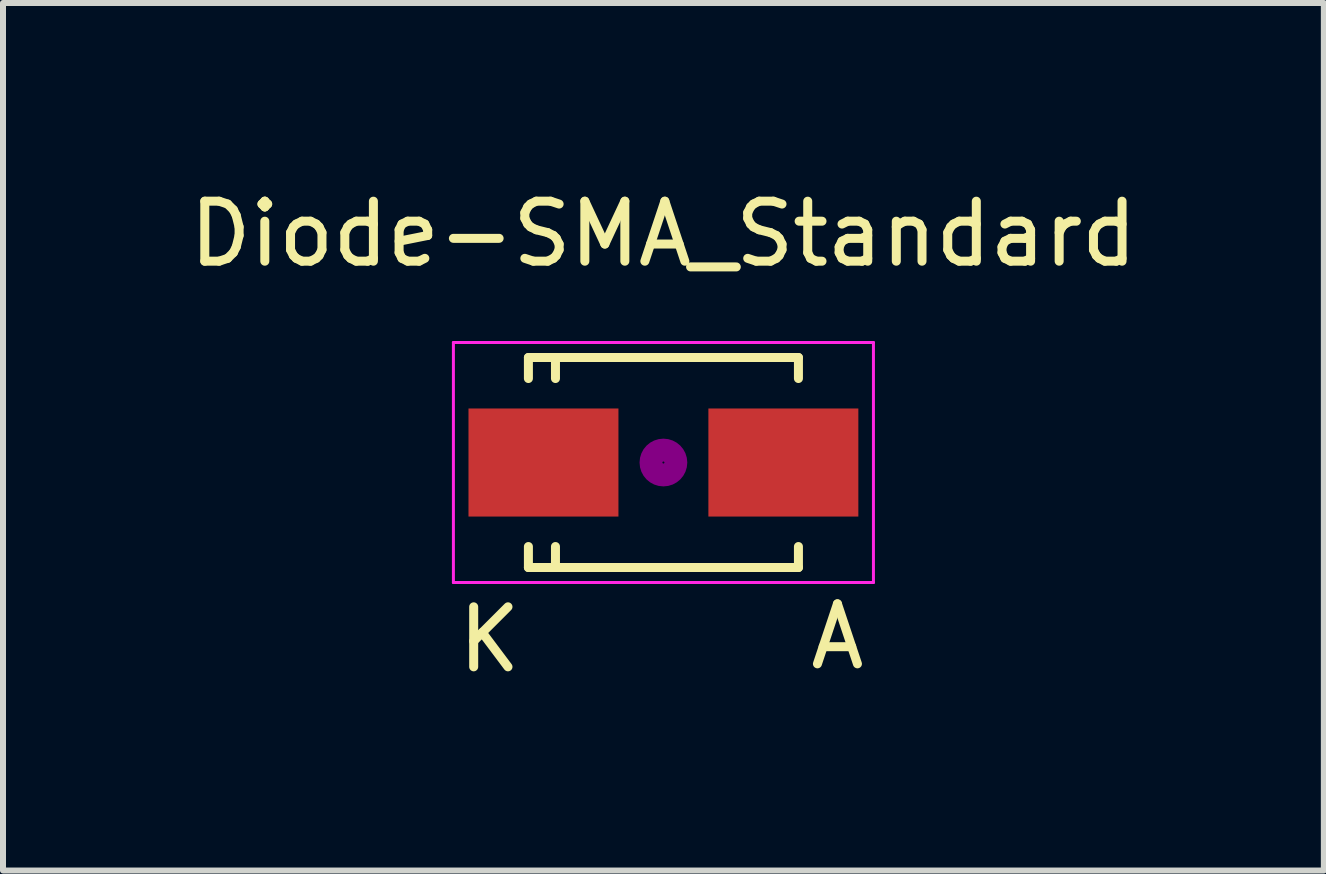
<source format=kicad_pcb>
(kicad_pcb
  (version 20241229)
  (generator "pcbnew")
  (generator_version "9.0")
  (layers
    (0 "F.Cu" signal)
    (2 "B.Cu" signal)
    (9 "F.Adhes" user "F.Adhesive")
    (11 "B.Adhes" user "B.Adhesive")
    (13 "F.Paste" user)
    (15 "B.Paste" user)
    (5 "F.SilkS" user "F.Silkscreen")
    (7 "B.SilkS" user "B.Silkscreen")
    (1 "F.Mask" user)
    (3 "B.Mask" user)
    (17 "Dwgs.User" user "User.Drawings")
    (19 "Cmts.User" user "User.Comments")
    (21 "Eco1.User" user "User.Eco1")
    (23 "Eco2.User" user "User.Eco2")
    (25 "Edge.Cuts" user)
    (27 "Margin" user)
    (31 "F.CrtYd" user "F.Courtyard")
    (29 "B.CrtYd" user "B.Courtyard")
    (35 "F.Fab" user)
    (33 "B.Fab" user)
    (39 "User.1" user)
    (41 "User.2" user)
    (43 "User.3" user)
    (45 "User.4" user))
  (footprint "Diode-SMA_Standard"
    (layer "F.Cu")
    (at 8.006 4.658)
    (property "Reference" "Diode-SMA_Standard" (at 0 -3.81 0) (layer "F.SilkS") (effects (font (size 1 1) (thickness 0.15))))
    (attr smd)
    (fp_line (start -2.25 -1.75) (end -2.25 -1.4) (stroke (width 0.15) (type solid)) (layer "F.SilkS"))
    (fp_line (start -2.25 -1.75) (end 2.25 -1.75) (stroke (width 0.15) (type solid)) (layer "F.SilkS"))
    (fp_line (start -2.25 1.75) (end -2.25 1.4) (stroke (width 0.15) (type solid)) (layer "F.SilkS"))
    (fp_line (start -2.25 1.75) (end 2.25 1.75) (stroke (width 0.15) (type solid)) (layer "F.SilkS"))
    (fp_line (start -1.799 -1.75) (end -1.799 -1.4) (stroke (width 0.15) (type solid)) (layer "F.SilkS"))
    (fp_line (start -1.799 1.75) (end -1.799 1.4) (stroke (width 0.15) (type solid)) (layer "F.SilkS"))
    (fp_line (start 2.25 -1.75) (end 2.25 -1.4) (stroke (width 0.15) (type solid)) (layer "F.SilkS"))
    (fp_line (start 2.25 1.75) (end 2.25 1.4) (stroke (width 0.15) (type solid)) (layer "F.SilkS"))
    (fp_circle (center 0 0) (end 0.201 -0.051) (stroke (width 0.381) (type solid)) (fill no) (layer "F.Adhes"))
    (fp_line (start -3.5 -2) (end 3.5 -2) (stroke (width 0.05) (type solid)) (layer "F.CrtYd"))
    (fp_line (start -3.5 2) (end -3.5 -2) (stroke (width 0.05) (type solid)) (layer "F.CrtYd"))
    (fp_line (start 3.5 -2) (end 3.5 2) (stroke (width 0.05) (type solid)) (layer "F.CrtYd"))
    (fp_line (start 3.5 2) (end -3.5 2) (stroke (width 0.05) (type solid)) (layer "F.CrtYd"))
    (fp_text user "A" (at 2.9 2.9 0) (layer "F.SilkS") (effects (font (size 1 1) (thickness 0.15))))
    (fp_text user "K" (at -2.9 2.95 0) (layer "F.SilkS") (effects (font (size 1 1) (thickness 0.15))))
    (pad "1" smd rect (at -1.999 0) (size 2.499 1.801) (layers "F.Cu" "F.Mask" "F.Paste"))
    (pad "2" smd rect (at 1.999 0) (size 2.499 1.801) (layers "F.Cu" "F.Mask" "F.Paste")))
  (gr_rect
    (start -3 -3)
    (end 19.012 11.457)
    (stroke (width 0.1) (type default))
    (fill no)
    (layer "Edge.Cuts")))
</source>
